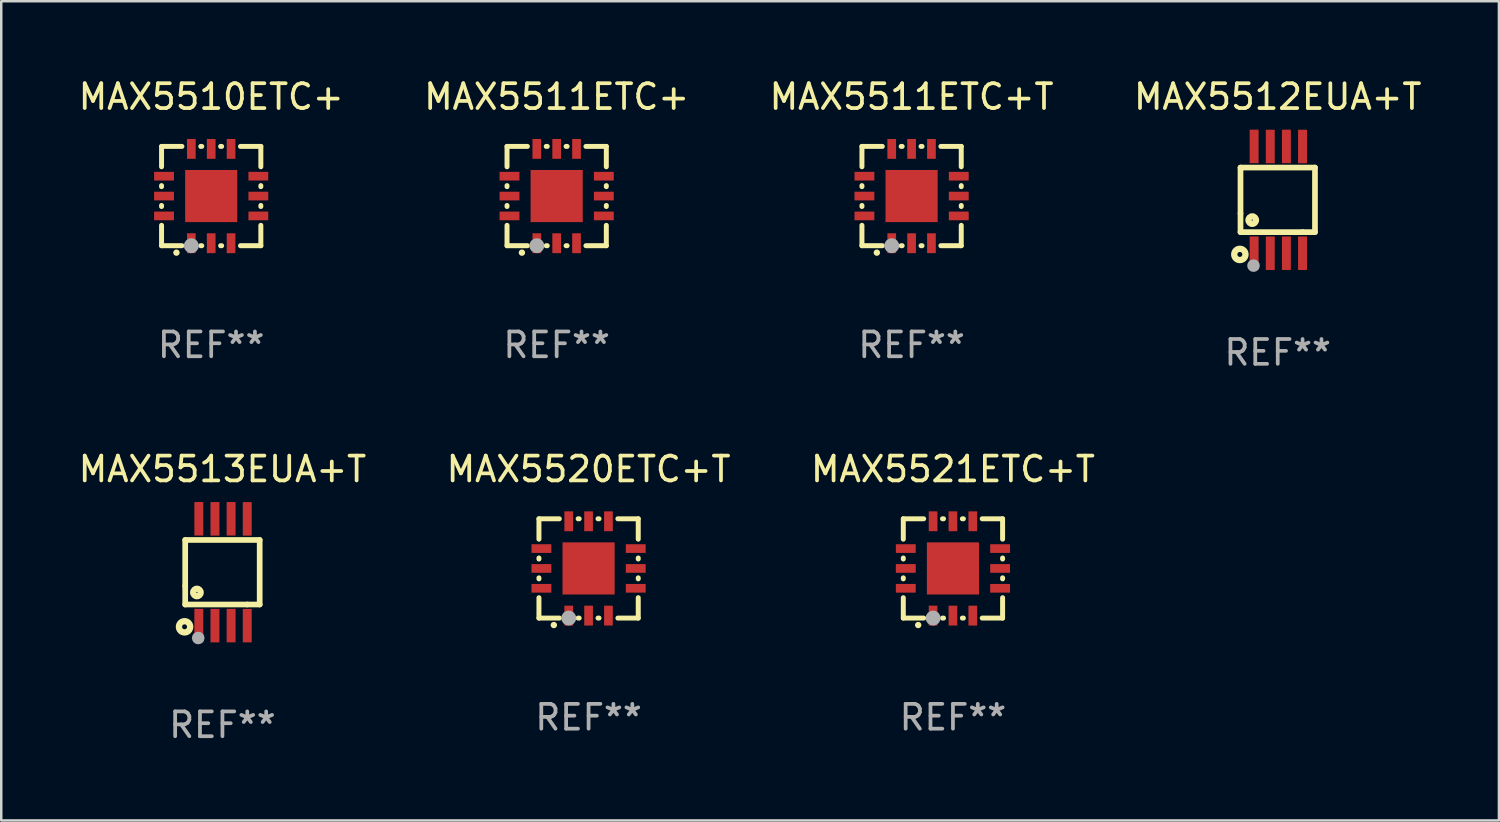
<source format=kicad_pcb>
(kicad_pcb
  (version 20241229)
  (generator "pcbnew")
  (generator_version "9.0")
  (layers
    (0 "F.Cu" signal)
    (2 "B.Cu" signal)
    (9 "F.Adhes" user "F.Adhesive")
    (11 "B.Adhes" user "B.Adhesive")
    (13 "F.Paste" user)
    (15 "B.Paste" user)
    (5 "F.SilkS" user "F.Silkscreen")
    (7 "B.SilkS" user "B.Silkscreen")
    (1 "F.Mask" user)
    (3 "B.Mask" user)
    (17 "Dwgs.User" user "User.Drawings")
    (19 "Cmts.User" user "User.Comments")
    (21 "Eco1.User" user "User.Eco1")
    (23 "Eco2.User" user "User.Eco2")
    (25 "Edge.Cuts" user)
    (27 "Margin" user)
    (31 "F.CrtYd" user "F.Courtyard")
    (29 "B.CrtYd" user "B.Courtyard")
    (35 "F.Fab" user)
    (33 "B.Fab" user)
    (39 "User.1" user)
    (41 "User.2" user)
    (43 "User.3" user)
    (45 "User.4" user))
  (footprint "MAX5510ETC+"
    (layer "F.Cu")
    (at 5.458 4.848)
    (property "Reference" "MAX5510ETC+" (at 0 -4 0) (layer "F.SilkS") (effects (font (size 1 1) (thickness 0.15))))
    (attr through_hole)
    (fp_line (start -2 -2) (end -1.179 -2) (stroke (width 0.2) (type solid)) (layer "F.SilkS"))
    (fp_line (start -2 -1.179) (end -2 -2) (stroke (width 0.2) (type solid)) (layer "F.SilkS"))
    (fp_line (start -2 -0.379) (end -2 -0.421) (stroke (width 0.2) (type solid)) (layer "F.SilkS"))
    (fp_line (start -2 0.421) (end -2 0.379) (stroke (width 0.2) (type solid)) (layer "F.SilkS"))
    (fp_line (start -2 2) (end -2 1.179) (stroke (width 0.2) (type solid)) (layer "F.SilkS"))
    (fp_line (start -1.179 2) (end -2 2) (stroke (width 0.2) (type solid)) (layer "F.SilkS"))
    (fp_line (start -0.421 -2) (end -0.379 -2) (stroke (width 0.2) (type solid)) (layer "F.SilkS"))
    (fp_line (start -0.379 2) (end -0.421 2) (stroke (width 0.2) (type solid)) (layer "F.SilkS"))
    (fp_line (start 0.379 -2) (end 0.421 -2) (stroke (width 0.2) (type solid)) (layer "F.SilkS"))
    (fp_line (start 0.421 2) (end 0.379 2) (stroke (width 0.2) (type solid)) (layer "F.SilkS"))
    (fp_line (start 1.179 -2) (end 2 -2) (stroke (width 0.2) (type solid)) (layer "F.SilkS"))
    (fp_line (start 2 -2) (end 2 -1.179) (stroke (width 0.2) (type solid)) (layer "F.SilkS"))
    (fp_line (start 2 -0.421) (end 2 -0.379) (stroke (width 0.2) (type solid)) (layer "F.SilkS"))
    (fp_line (start 2 0.379) (end 2 0.421) (stroke (width 0.2) (type solid)) (layer "F.SilkS"))
    (fp_line (start 2 1.179) (end 2 2) (stroke (width 0.2) (type solid)) (layer "F.SilkS"))
    (fp_line (start 2 2) (end 1.179 2) (stroke (width 0.2) (type solid)) (layer "F.SilkS"))
    (fp_arc (start -1.40127 2.28001) (mid -1.4 2.280003) (end -1.39873 2.28001) (stroke (width 0.254001) (type solid)) (layer "F.SilkS"))
    (fp_circle (center -2 2) (end -1.97 2) (stroke (width 0.06) (type solid)) (fill no) (layer "F.SilkS"))
    (fp_circle (center -0.8 2) (end -0.65 2) (stroke (width 0.3) (type solid)) (fill no) (layer "F.Fab"))
    (fp_text user "REF**" (at 0 6 0) (layer "F.Fab") (effects (font (size 1 1) (thickness 0.15))))
    (pad "1" smd rect (at -0.8 1.9 90) (size 0.8 0.35) (layers "F.Cu" "F.Mask" "F.Paste"))
    (pad "2" smd rect (at -0.000127 1.9 90) (size 0.8 0.35) (layers "F.Cu" "F.Mask" "F.Paste"))
    (pad "3" smd rect (at 0.8 1.9 90) (size 0.8 0.35) (layers "F.Cu" "F.Mask" "F.Paste"))
    (pad "4" smd rect (at 1.9 0.8 180) (size 0.8 0.35) (layers "F.Cu" "F.Mask" "F.Paste"))
    (pad "5" smd rect (at 1.9 -0.000127 180) (size 0.8 0.35) (layers "F.Cu" "F.Mask" "F.Paste"))
    (pad "6" smd rect (at 1.9 -0.8 180) (size 0.8 0.35) (layers "F.Cu" "F.Mask" "F.Paste"))
    (pad "7" smd rect (at 0.8 -1.9 270) (size 0.8 0.35) (layers "F.Cu" "F.Mask" "F.Paste"))
    (pad "8" smd rect (at -0.000127 -1.9 270) (size 0.8 0.35) (layers "F.Cu" "F.Mask" "F.Paste"))
    (pad "9" smd rect (at -0.8 -1.9 270) (size 0.8 0.35) (layers "F.Cu" "F.Mask" "F.Paste"))
    (pad "10" smd rect (at -1.9 -0.8) (size 0.8 0.35) (layers "F.Cu" "F.Mask" "F.Paste"))
    (pad "11" smd rect (at -1.9 -0.000127) (size 0.8 0.35) (layers "F.Cu" "F.Mask" "F.Paste"))
    (pad "12" smd rect (at -1.9 0.8) (size 0.8 0.35) (layers "F.Cu" "F.Mask" "F.Paste"))
    (pad "13" smd rect (at -0.000127 -0.000127 90) (size 2.1 2.1) (layers "F.Cu" "F.Mask" "F.Paste")))
  (footprint "MAX5511ETC+"
    (layer "F.Cu")
    (at 19.375 4.848)
    (property "Reference" "MAX5511ETC+" (at 0 -4 0) (layer "F.SilkS") (effects (font (size 1 1) (thickness 0.15))))
    (attr through_hole)
    (fp_line (start -2 -2) (end -1.179 -2) (stroke (width 0.2) (type solid)) (layer "F.SilkS"))
    (fp_line (start -2 -1.179) (end -2 -2) (stroke (width 0.2) (type solid)) (layer "F.SilkS"))
    (fp_line (start -2 -0.379) (end -2 -0.421) (stroke (width 0.2) (type solid)) (layer "F.SilkS"))
    (fp_line (start -2 0.421) (end -2 0.379) (stroke (width 0.2) (type solid)) (layer "F.SilkS"))
    (fp_line (start -2 2) (end -2 1.179) (stroke (width 0.2) (type solid)) (layer "F.SilkS"))
    (fp_line (start -1.179 2) (end -2 2) (stroke (width 0.2) (type solid)) (layer "F.SilkS"))
    (fp_line (start -0.421 -2) (end -0.379 -2) (stroke (width 0.2) (type solid)) (layer "F.SilkS"))
    (fp_line (start -0.379 2) (end -0.421 2) (stroke (width 0.2) (type solid)) (layer "F.SilkS"))
    (fp_line (start 0.379 -2) (end 0.421 -2) (stroke (width 0.2) (type solid)) (layer "F.SilkS"))
    (fp_line (start 0.421 2) (end 0.379 2) (stroke (width 0.2) (type solid)) (layer "F.SilkS"))
    (fp_line (start 1.179 -2) (end 2 -2) (stroke (width 0.2) (type solid)) (layer "F.SilkS"))
    (fp_line (start 2 -2) (end 2 -1.179) (stroke (width 0.2) (type solid)) (layer "F.SilkS"))
    (fp_line (start 2 -0.421) (end 2 -0.379) (stroke (width 0.2) (type solid)) (layer "F.SilkS"))
    (fp_line (start 2 0.379) (end 2 0.421) (stroke (width 0.2) (type solid)) (layer "F.SilkS"))
    (fp_line (start 2 1.179) (end 2 2) (stroke (width 0.2) (type solid)) (layer "F.SilkS"))
    (fp_line (start 2 2) (end 1.179 2) (stroke (width 0.2) (type solid)) (layer "F.SilkS"))
    (fp_arc (start -1.40127 2.28001) (mid -1.4 2.280003) (end -1.39873 2.28001) (stroke (width 0.254001) (type solid)) (layer "F.SilkS"))
    (fp_circle (center -2 2) (end -1.97 2) (stroke (width 0.06) (type solid)) (fill no) (layer "F.SilkS"))
    (fp_circle (center -0.8 2) (end -0.65 2) (stroke (width 0.3) (type solid)) (fill no) (layer "F.Fab"))
    (fp_text user "REF**" (at 0 6 0) (layer "F.Fab") (effects (font (size 1 1) (thickness 0.15))))
    (pad "1" smd rect (at -0.8 1.9 90) (size 0.8 0.35) (layers "F.Cu" "F.Mask" "F.Paste"))
    (pad "2" smd rect (at -0.000127 1.9 90) (size 0.8 0.35) (layers "F.Cu" "F.Mask" "F.Paste"))
    (pad "3" smd rect (at 0.8 1.9 90) (size 0.8 0.35) (layers "F.Cu" "F.Mask" "F.Paste"))
    (pad "4" smd rect (at 1.9 0.8 180) (size 0.8 0.35) (layers "F.Cu" "F.Mask" "F.Paste"))
    (pad "5" smd rect (at 1.9 -0.000127 180) (size 0.8 0.35) (layers "F.Cu" "F.Mask" "F.Paste"))
    (pad "6" smd rect (at 1.9 -0.8 180) (size 0.8 0.35) (layers "F.Cu" "F.Mask" "F.Paste"))
    (pad "7" smd rect (at 0.8 -1.9 270) (size 0.8 0.35) (layers "F.Cu" "F.Mask" "F.Paste"))
    (pad "8" smd rect (at -0.000127 -1.9 270) (size 0.8 0.35) (layers "F.Cu" "F.Mask" "F.Paste"))
    (pad "9" smd rect (at -0.8 -1.9 270) (size 0.8 0.35) (layers "F.Cu" "F.Mask" "F.Paste"))
    (pad "10" smd rect (at -1.9 -0.8) (size 0.8 0.35) (layers "F.Cu" "F.Mask" "F.Paste"))
    (pad "11" smd rect (at -1.9 -0.000127) (size 0.8 0.35) (layers "F.Cu" "F.Mask" "F.Paste"))
    (pad "12" smd rect (at -1.9 0.8) (size 0.8 0.35) (layers "F.Cu" "F.Mask" "F.Paste"))
    (pad "13" smd rect (at -0.000127 -0.000127 90) (size 2.1 2.1) (layers "F.Cu" "F.Mask" "F.Paste")))
  (footprint "MAX5512EUA+T"
    (layer "F.Cu")
    (at 48.423 5)
    (property "Reference" "MAX5512EUA+T" (at 0 -4.152 0) (layer "F.SilkS") (effects (font (size 1 1) (thickness 0.15))))
    (attr through_hole)
    (fp_line (start -1.5 1.301) (end 1 1.301) (stroke (width 0.229) (type solid)) (layer "F.SilkS"))
    (fp_line (start -1.5 -1.299) (end -1.5 0.551) (stroke (width 0.229) (type solid)) (layer "F.SilkS"))
    (fp_line (start -1.5 0.551) (end -1.5 1.301) (stroke (width 0.229) (type solid)) (layer "F.SilkS"))
    (fp_line (start 1 1.301) (end 1.5 1.301) (stroke (width 0.229) (type solid)) (layer "F.SilkS"))
    (fp_line (start 1.5 1.301) (end 1.5 -1.299) (stroke (width 0.229) (type solid)) (layer "F.SilkS"))
    (fp_line (start 1.5 -1.299) (end -1.5 -1.299) (stroke (width 0.229) (type solid)) (layer "F.SilkS"))
    (fp_circle (center -1.526 2.2) (end -1.426 2.2) (stroke (width 0.254) (type solid)) (fill no) (layer "F.SilkS"))
    (fp_circle (center -1.476 2.45) (end -1.446 2.45) (stroke (width 0.06) (type solid)) (fill no) (layer "F.SilkS"))
    (fp_circle (center -1.028 0.817) (end -0.878 0.817) (stroke (width 0.254) (type solid)) (fill no) (layer "F.SilkS"))
    (fp_circle (center -0.976 2.65) (end -0.849 2.65) (stroke (width 0.254) (type solid)) (fill no) (layer "F.Fab"))
    (fp_text user "REF**" (at 0 6.152 0) (layer "F.Fab") (effects (font (size 1 1) (thickness 0.15))))
    (pad "1" smd rect (at -0.951 2.15) (size 0.36 1.35) (layers "F.Cu" "F.Mask" "F.Paste"))
    (pad "2" smd rect (at -0.301 2.152) (size 0.36 1.35) (layers "F.Cu" "F.Mask" "F.Paste"))
    (pad "3" smd rect (at 0.349 2.151) (size 0.36 1.35) (layers "F.Cu" "F.Mask" "F.Paste"))
    (pad "4" smd rect (at 0.999 2.152) (size 0.36 1.35) (layers "F.Cu" "F.Mask" "F.Paste"))
    (pad "5" smd rect (at 0.999 -2.149) (size 0.36 1.35) (layers "F.Cu" "F.Mask" "F.Paste"))
    (pad "6" smd rect (at 0.349 -2.152) (size 0.36 1.35) (layers "F.Cu" "F.Mask" "F.Paste"))
    (pad "7" smd rect (at -0.301 -2.149) (size 0.36 1.35) (layers "F.Cu" "F.Mask" "F.Paste"))
    (pad "8" smd rect (at -0.951 -2.152) (size 0.36 1.35) (layers "F.Cu" "F.Mask" "F.Paste")))
  (footprint "MAX5513EUA+T"
    (layer "F.Cu")
    (at 5.911 20.001)
    (property "Reference" "MAX5513EUA+T" (at 0 -4.152 0) (layer "F.SilkS") (effects (font (size 1 1) (thickness 0.15))))
    (attr through_hole)
    (fp_line (start -1.5 1.301) (end 1 1.301) (stroke (width 0.229) (type solid)) (layer "F.SilkS"))
    (fp_line (start -1.5 -1.299) (end -1.5 0.551) (stroke (width 0.229) (type solid)) (layer "F.SilkS"))
    (fp_line (start -1.5 0.551) (end -1.5 1.301) (stroke (width 0.229) (type solid)) (layer "F.SilkS"))
    (fp_line (start 1 1.301) (end 1.5 1.301) (stroke (width 0.229) (type solid)) (layer "F.SilkS"))
    (fp_line (start 1.5 1.301) (end 1.5 -1.299) (stroke (width 0.229) (type solid)) (layer "F.SilkS"))
    (fp_line (start 1.5 -1.299) (end -1.5 -1.299) (stroke (width 0.229) (type solid)) (layer "F.SilkS"))
    (fp_circle (center -1.526 2.2) (end -1.426 2.2) (stroke (width 0.254) (type solid)) (fill no) (layer "F.SilkS"))
    (fp_circle (center -1.476 2.45) (end -1.446 2.45) (stroke (width 0.06) (type solid)) (fill no) (layer "F.SilkS"))
    (fp_circle (center -1.028 0.817) (end -0.878 0.817) (stroke (width 0.254) (type solid)) (fill no) (layer "F.SilkS"))
    (fp_circle (center -0.976 2.65) (end -0.849 2.65) (stroke (width 0.254) (type solid)) (fill no) (layer "F.Fab"))
    (fp_text user "REF**" (at 0 6.152 0) (layer "F.Fab") (effects (font (size 1 1) (thickness 0.15))))
    (pad "1" smd rect (at -0.951 2.15) (size 0.36 1.35) (layers "F.Cu" "F.Mask" "F.Paste"))
    (pad "2" smd rect (at -0.301 2.152) (size 0.36 1.35) (layers "F.Cu" "F.Mask" "F.Paste"))
    (pad "3" smd rect (at 0.349 2.151) (size 0.36 1.35) (layers "F.Cu" "F.Mask" "F.Paste"))
    (pad "4" smd rect (at 0.999 2.152) (size 0.36 1.35) (layers "F.Cu" "F.Mask" "F.Paste"))
    (pad "5" smd rect (at 0.999 -2.149) (size 0.36 1.35) (layers "F.Cu" "F.Mask" "F.Paste"))
    (pad "6" smd rect (at 0.349 -2.152) (size 0.36 1.35) (layers "F.Cu" "F.Mask" "F.Paste"))
    (pad "7" smd rect (at -0.301 -2.149) (size 0.36 1.35) (layers "F.Cu" "F.Mask" "F.Paste"))
    (pad "8" smd rect (at -0.951 -2.152) (size 0.36 1.35) (layers "F.Cu" "F.Mask" "F.Paste")))
  (footprint "MAX5520ETC+T"
    (layer "F.Cu")
    (at 20.661 19.849)
    (property "Reference" "MAX5520ETC+T" (at 0 -4 0) (layer "F.SilkS") (effects (font (size 1 1) (thickness 0.15))))
    (attr through_hole)
    (fp_line (start -2 -2) (end -1.179 -2) (stroke (width 0.2) (type solid)) (layer "F.SilkS"))
    (fp_line (start -2 -1.179) (end -2 -2) (stroke (width 0.2) (type solid)) (layer "F.SilkS"))
    (fp_line (start -2 -0.379) (end -2 -0.421) (stroke (width 0.2) (type solid)) (layer "F.SilkS"))
    (fp_line (start -2 0.421) (end -2 0.379) (stroke (width 0.2) (type solid)) (layer "F.SilkS"))
    (fp_line (start -2 2) (end -2 1.179) (stroke (width 0.2) (type solid)) (layer "F.SilkS"))
    (fp_line (start -1.179 2) (end -2 2) (stroke (width 0.2) (type solid)) (layer "F.SilkS"))
    (fp_line (start -0.421 -2) (end -0.379 -2) (stroke (width 0.2) (type solid)) (layer "F.SilkS"))
    (fp_line (start -0.379 2) (end -0.421 2) (stroke (width 0.2) (type solid)) (layer "F.SilkS"))
    (fp_line (start 0.379 -2) (end 0.421 -2) (stroke (width 0.2) (type solid)) (layer "F.SilkS"))
    (fp_line (start 0.421 2) (end 0.379 2) (stroke (width 0.2) (type solid)) (layer "F.SilkS"))
    (fp_line (start 1.179 -2) (end 2 -2) (stroke (width 0.2) (type solid)) (layer "F.SilkS"))
    (fp_line (start 2 -2) (end 2 -1.179) (stroke (width 0.2) (type solid)) (layer "F.SilkS"))
    (fp_line (start 2 -0.421) (end 2 -0.379) (stroke (width 0.2) (type solid)) (layer "F.SilkS"))
    (fp_line (start 2 0.379) (end 2 0.421) (stroke (width 0.2) (type solid)) (layer "F.SilkS"))
    (fp_line (start 2 1.179) (end 2 2) (stroke (width 0.2) (type solid)) (layer "F.SilkS"))
    (fp_line (start 2 2) (end 1.179 2) (stroke (width 0.2) (type solid)) (layer "F.SilkS"))
    (fp_arc (start -1.40127 2.28001) (mid -1.4 2.280003) (end -1.39873 2.28001) (stroke (width 0.254001) (type solid)) (layer "F.SilkS"))
    (fp_circle (center -2 2) (end -1.97 2) (stroke (width 0.06) (type solid)) (fill no) (layer "F.SilkS"))
    (fp_circle (center -0.8 2) (end -0.65 2) (stroke (width 0.3) (type solid)) (fill no) (layer "F.Fab"))
    (fp_text user "REF**" (at 0 6 0) (layer "F.Fab") (effects (font (size 1 1) (thickness 0.15))))
    (pad "1" smd rect (at -0.8 1.9 90) (size 0.8 0.35) (layers "F.Cu" "F.Mask" "F.Paste"))
    (pad "2" smd rect (at -0.000127 1.9 90) (size 0.8 0.35) (layers "F.Cu" "F.Mask" "F.Paste"))
    (pad "3" smd rect (at 0.8 1.9 90) (size 0.8 0.35) (layers "F.Cu" "F.Mask" "F.Paste"))
    (pad "4" smd rect (at 1.9 0.8 180) (size 0.8 0.35) (layers "F.Cu" "F.Mask" "F.Paste"))
    (pad "5" smd rect (at 1.9 -0.000127 180) (size 0.8 0.35) (layers "F.Cu" "F.Mask" "F.Paste"))
    (pad "6" smd rect (at 1.9 -0.8 180) (size 0.8 0.35) (layers "F.Cu" "F.Mask" "F.Paste"))
    (pad "7" smd rect (at 0.8 -1.9 270) (size 0.8 0.35) (layers "F.Cu" "F.Mask" "F.Paste"))
    (pad "8" smd rect (at -0.000127 -1.9 270) (size 0.8 0.35) (layers "F.Cu" "F.Mask" "F.Paste"))
    (pad "9" smd rect (at -0.8 -1.9 270) (size 0.8 0.35) (layers "F.Cu" "F.Mask" "F.Paste"))
    (pad "10" smd rect (at -1.9 -0.8) (size 0.8 0.35) (layers "F.Cu" "F.Mask" "F.Paste"))
    (pad "11" smd rect (at -1.9 -0.000127) (size 0.8 0.35) (layers "F.Cu" "F.Mask" "F.Paste"))
    (pad "12" smd rect (at -1.9 0.8) (size 0.8 0.35) (layers "F.Cu" "F.Mask" "F.Paste"))
    (pad "13" smd rect (at -0.000127 -0.000127 90) (size 2.1 2.1) (layers "F.Cu" "F.Mask" "F.Paste")))
  (footprint "MAX5521ETC+T"
    (layer "F.Cu")
    (at 35.339 19.849)
    (property "Reference" "MAX5521ETC+T" (at 0 -4 0) (layer "F.SilkS") (effects (font (size 1 1) (thickness 0.15))))
    (attr through_hole)
    (fp_line (start -2 -2) (end -1.179 -2) (stroke (width 0.2) (type solid)) (layer "F.SilkS"))
    (fp_line (start -2 -1.179) (end -2 -2) (stroke (width 0.2) (type solid)) (layer "F.SilkS"))
    (fp_line (start -2 -0.379) (end -2 -0.421) (stroke (width 0.2) (type solid)) (layer "F.SilkS"))
    (fp_line (start -2 0.421) (end -2 0.379) (stroke (width 0.2) (type solid)) (layer "F.SilkS"))
    (fp_line (start -2 2) (end -2 1.179) (stroke (width 0.2) (type solid)) (layer "F.SilkS"))
    (fp_line (start -1.179 2) (end -2 2) (stroke (width 0.2) (type solid)) (layer "F.SilkS"))
    (fp_line (start -0.421 -2) (end -0.379 -2) (stroke (width 0.2) (type solid)) (layer "F.SilkS"))
    (fp_line (start -0.379 2) (end -0.421 2) (stroke (width 0.2) (type solid)) (layer "F.SilkS"))
    (fp_line (start 0.379 -2) (end 0.421 -2) (stroke (width 0.2) (type solid)) (layer "F.SilkS"))
    (fp_line (start 0.421 2) (end 0.379 2) (stroke (width 0.2) (type solid)) (layer "F.SilkS"))
    (fp_line (start 1.179 -2) (end 2 -2) (stroke (width 0.2) (type solid)) (layer "F.SilkS"))
    (fp_line (start 2 -2) (end 2 -1.179) (stroke (width 0.2) (type solid)) (layer "F.SilkS"))
    (fp_line (start 2 -0.421) (end 2 -0.379) (stroke (width 0.2) (type solid)) (layer "F.SilkS"))
    (fp_line (start 2 0.379) (end 2 0.421) (stroke (width 0.2) (type solid)) (layer "F.SilkS"))
    (fp_line (start 2 1.179) (end 2 2) (stroke (width 0.2) (type solid)) (layer "F.SilkS"))
    (fp_line (start 2 2) (end 1.179 2) (stroke (width 0.2) (type solid)) (layer "F.SilkS"))
    (fp_arc (start -1.40127 2.28001) (mid -1.4 2.280003) (end -1.39873 2.28001) (stroke (width 0.254001) (type solid)) (layer "F.SilkS"))
    (fp_circle (center -2 2) (end -1.97 2) (stroke (width 0.06) (type solid)) (fill no) (layer "F.SilkS"))
    (fp_circle (center -0.8 2) (end -0.65 2) (stroke (width 0.3) (type solid)) (fill no) (layer "F.Fab"))
    (fp_text user "REF**" (at 0 6 0) (layer "F.Fab") (effects (font (size 1 1) (thickness 0.15))))
    (pad "1" smd rect (at -0.8 1.9 90) (size 0.8 0.35) (layers "F.Cu" "F.Mask" "F.Paste"))
    (pad "2" smd rect (at -0.000127 1.9 90) (size 0.8 0.35) (layers "F.Cu" "F.Mask" "F.Paste"))
    (pad "3" smd rect (at 0.8 1.9 90) (size 0.8 0.35) (layers "F.Cu" "F.Mask" "F.Paste"))
    (pad "4" smd rect (at 1.9 0.8 180) (size 0.8 0.35) (layers "F.Cu" "F.Mask" "F.Paste"))
    (pad "5" smd rect (at 1.9 -0.000127 180) (size 0.8 0.35) (layers "F.Cu" "F.Mask" "F.Paste"))
    (pad "6" smd rect (at 1.9 -0.8 180) (size 0.8 0.35) (layers "F.Cu" "F.Mask" "F.Paste"))
    (pad "7" smd rect (at 0.8 -1.9 270) (size 0.8 0.35) (layers "F.Cu" "F.Mask" "F.Paste"))
    (pad "8" smd rect (at -0.000127 -1.9 270) (size 0.8 0.35) (layers "F.Cu" "F.Mask" "F.Paste"))
    (pad "9" smd rect (at -0.8 -1.9 270) (size 0.8 0.35) (layers "F.Cu" "F.Mask" "F.Paste"))
    (pad "10" smd rect (at -1.9 -0.8) (size 0.8 0.35) (layers "F.Cu" "F.Mask" "F.Paste"))
    (pad "11" smd rect (at -1.9 -0.000127) (size 0.8 0.35) (layers "F.Cu" "F.Mask" "F.Paste"))
    (pad "12" smd rect (at -1.9 0.8) (size 0.8 0.35) (layers "F.Cu" "F.Mask" "F.Paste"))
    (pad "13" smd rect (at -0.000127 -0.000127 90) (size 2.1 2.1) (layers "F.Cu" "F.Mask" "F.Paste")))
  (footprint "MAX5511ETC+T"
    (layer "F.Cu")
    (at 33.673 4.848)
    (property "Reference" "MAX5511ETC+T" (at 0 -4 0) (layer "F.SilkS") (effects (font (size 1 1) (thickness 0.15))))
    (attr through_hole)
    (fp_line (start -2 -2) (end -1.179 -2) (stroke (width 0.2) (type solid)) (layer "F.SilkS"))
    (fp_line (start -2 -1.179) (end -2 -2) (stroke (width 0.2) (type solid)) (layer "F.SilkS"))
    (fp_line (start -2 -0.379) (end -2 -0.421) (stroke (width 0.2) (type solid)) (layer "F.SilkS"))
    (fp_line (start -2 0.421) (end -2 0.379) (stroke (width 0.2) (type solid)) (layer "F.SilkS"))
    (fp_line (start -2 2) (end -2 1.179) (stroke (width 0.2) (type solid)) (layer "F.SilkS"))
    (fp_line (start -1.179 2) (end -2 2) (stroke (width 0.2) (type solid)) (layer "F.SilkS"))
    (fp_line (start -0.421 -2) (end -0.379 -2) (stroke (width 0.2) (type solid)) (layer "F.SilkS"))
    (fp_line (start -0.379 2) (end -0.421 2) (stroke (width 0.2) (type solid)) (layer "F.SilkS"))
    (fp_line (start 0.379 -2) (end 0.421 -2) (stroke (width 0.2) (type solid)) (layer "F.SilkS"))
    (fp_line (start 0.421 2) (end 0.379 2) (stroke (width 0.2) (type solid)) (layer "F.SilkS"))
    (fp_line (start 1.179 -2) (end 2 -2) (stroke (width 0.2) (type solid)) (layer "F.SilkS"))
    (fp_line (start 2 -2) (end 2 -1.179) (stroke (width 0.2) (type solid)) (layer "F.SilkS"))
    (fp_line (start 2 -0.421) (end 2 -0.379) (stroke (width 0.2) (type solid)) (layer "F.SilkS"))
    (fp_line (start 2 0.379) (end 2 0.421) (stroke (width 0.2) (type solid)) (layer "F.SilkS"))
    (fp_line (start 2 1.179) (end 2 2) (stroke (width 0.2) (type solid)) (layer "F.SilkS"))
    (fp_line (start 2 2) (end 1.179 2) (stroke (width 0.2) (type solid)) (layer "F.SilkS"))
    (fp_arc (start -1.40127 2.28001) (mid -1.4 2.280003) (end -1.39873 2.28001) (stroke (width 0.254001) (type solid)) (layer "F.SilkS"))
    (fp_circle (center -2 2) (end -1.97 2) (stroke (width 0.06) (type solid)) (fill no) (layer "F.SilkS"))
    (fp_circle (center -0.8 2) (end -0.65 2) (stroke (width 0.3) (type solid)) (fill no) (layer "F.Fab"))
    (fp_text user "REF**" (at 0 6 0) (layer "F.Fab") (effects (font (size 1 1) (thickness 0.15))))
    (pad "1" smd rect (at -0.8 1.9 90) (size 0.8 0.35) (layers "F.Cu" "F.Mask" "F.Paste"))
    (pad "2" smd rect (at -0.000127 1.9 90) (size 0.8 0.35) (layers "F.Cu" "F.Mask" "F.Paste"))
    (pad "3" smd rect (at 0.8 1.9 90) (size 0.8 0.35) (layers "F.Cu" "F.Mask" "F.Paste"))
    (pad "4" smd rect (at 1.9 0.8 180) (size 0.8 0.35) (layers "F.Cu" "F.Mask" "F.Paste"))
    (pad "5" smd rect (at 1.9 -0.000127 180) (size 0.8 0.35) (layers "F.Cu" "F.Mask" "F.Paste"))
    (pad "6" smd rect (at 1.9 -0.8 180) (size 0.8 0.35) (layers "F.Cu" "F.Mask" "F.Paste"))
    (pad "7" smd rect (at 0.8 -1.9 270) (size 0.8 0.35) (layers "F.Cu" "F.Mask" "F.Paste"))
    (pad "8" smd rect (at -0.000127 -1.9 270) (size 0.8 0.35) (layers "F.Cu" "F.Mask" "F.Paste"))
    (pad "9" smd rect (at -0.8 -1.9 270) (size 0.8 0.35) (layers "F.Cu" "F.Mask" "F.Paste"))
    (pad "10" smd rect (at -1.9 -0.8) (size 0.8 0.35) (layers "F.Cu" "F.Mask" "F.Paste"))
    (pad "11" smd rect (at -1.9 -0.000127) (size 0.8 0.35) (layers "F.Cu" "F.Mask" "F.Paste"))
    (pad "12" smd rect (at -1.9 0.8) (size 0.8 0.35) (layers "F.Cu" "F.Mask" "F.Paste"))
    (pad "13" smd rect (at -0.000127 -0.000127 90) (size 2.1 2.1) (layers "F.Cu" "F.Mask" "F.Paste")))
  (gr_rect
    (start -3 -3)
    (end 57.333 30.002)
    (stroke (width 0.1) (type default))
    (fill no)
    (layer "Edge.Cuts")))
</source>
